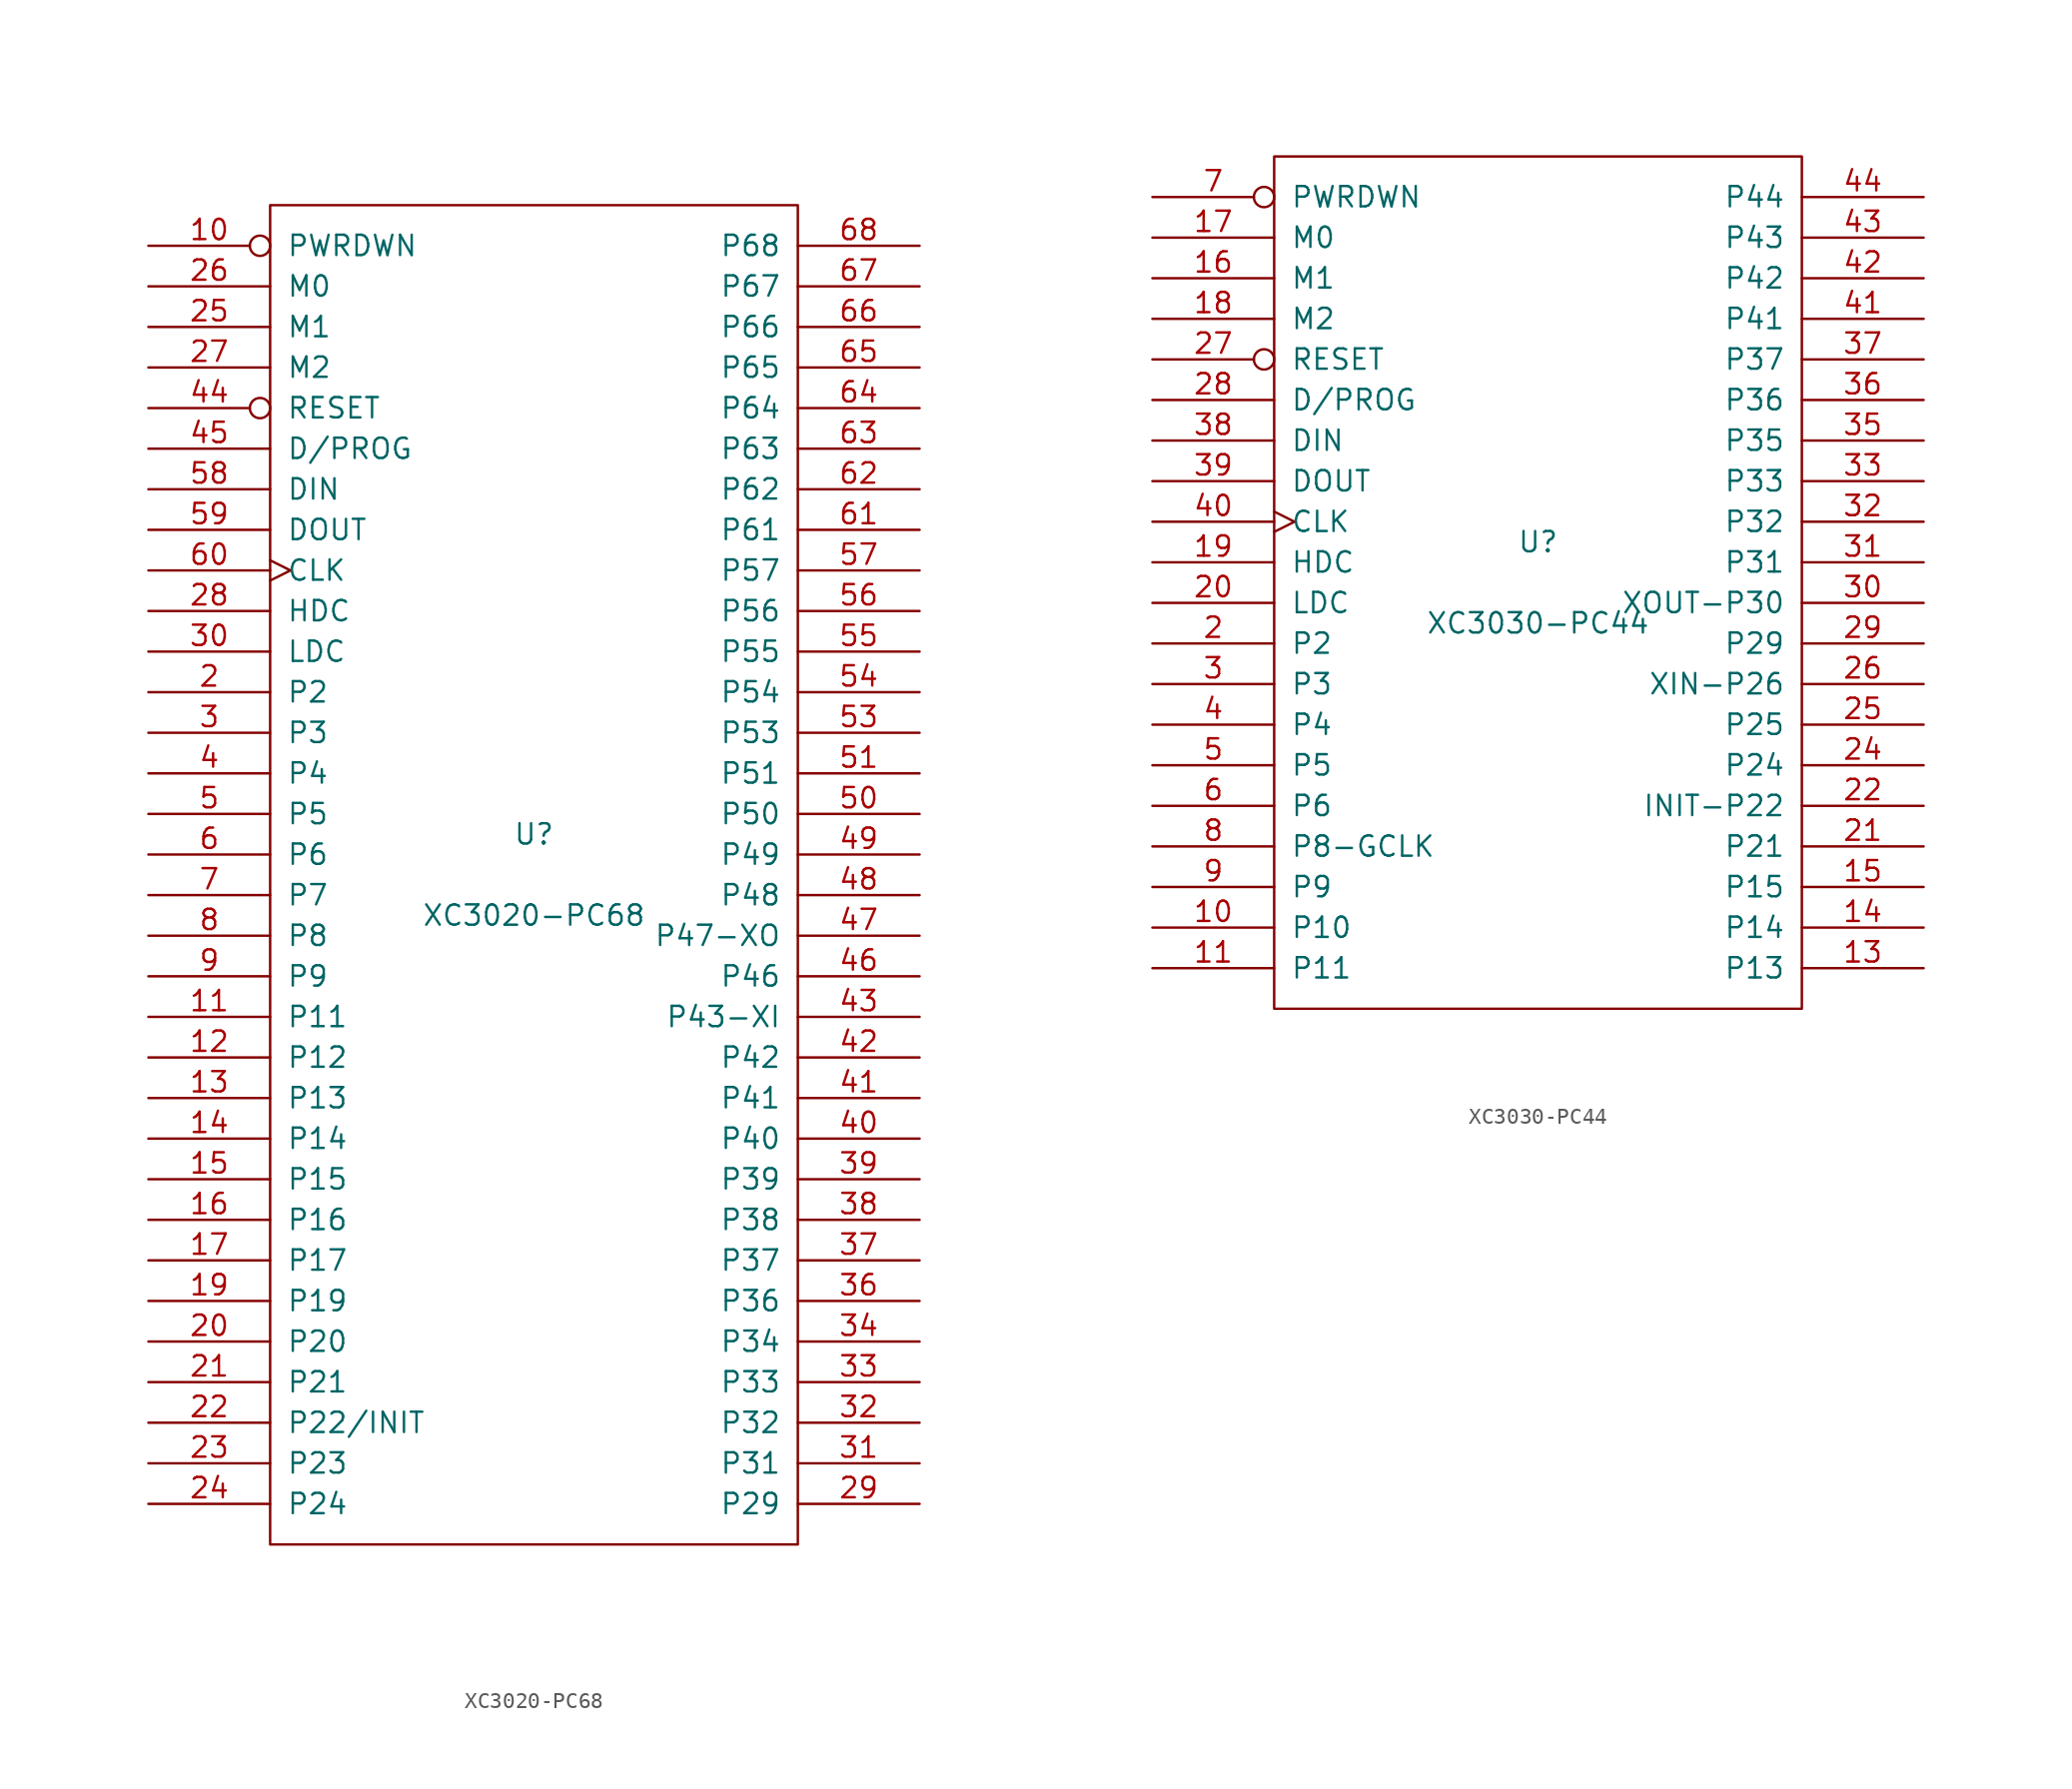
<source format=kicad_sym>
(kicad_symbol_lib
  (version 20211014)
  (generator kicad_symbol_editor)
  (symbol "XC3020-PC68"
    (pin_names
      (offset 1.016))
    (property "Reference" "U"
      (at 0 2.54 0)
      (effects (font (size 1.27 1.27))))
    (property "Value" "XC3020-PC68"
      (at 0 -2.54 0)
      (effects (font (size 1.27 1.27))))
    (symbol "XC3020-PC68_0_1"
      (rectangle (start -16.51 -41.91) (end 16.51 41.91) (stroke (width 0) (type default) (color 0 0 0 0)) (fill (type none))))
    (symbol "XC3020-PC68_1_1"
      (pin power_in line (at 1.27 -41.91 90) (length 0) hide (name "GND" (effects (font (size 1.27 1.27)))) (number "1" (effects (font (size 1.27 1.27)))))
      (pin input inverted (at -24.13 39.37 0) (length 7.62) (name "PWRDWN" (effects (font (size 1.27 1.27)))) (number "10" (effects (font (size 1.27 1.27)))))
      (pin passive line (at -24.13 -8.89 0) (length 7.62) (name "P11" (effects (font (size 1.27 1.27)))) (number "11" (effects (font (size 1.27 1.27)))))
      (pin passive line (at -24.13 -11.43 0) (length 7.62) (name "P12" (effects (font (size 1.27 1.27)))) (number "12" (effects (font (size 1.27 1.27)))))
      (pin passive line (at -24.13 -13.97 0) (length 7.62) (name "P13" (effects (font (size 1.27 1.27)))) (number "13" (effects (font (size 1.27 1.27)))))
      (pin passive line (at -24.13 -16.51 0) (length 7.62) (name "P14" (effects (font (size 1.27 1.27)))) (number "14" (effects (font (size 1.27 1.27)))))
      (pin passive line (at -24.13 -19.05 0) (length 7.62) (name "P15" (effects (font (size 1.27 1.27)))) (number "15" (effects (font (size 1.27 1.27)))))
      (pin passive line (at -24.13 -21.59 0) (length 7.62) (name "P16" (effects (font (size 1.27 1.27)))) (number "16" (effects (font (size 1.27 1.27)))))
      (pin passive line (at -24.13 -24.13 0) (length 7.62) (name "P17" (effects (font (size 1.27 1.27)))) (number "17" (effects (font (size 1.27 1.27)))))
      (pin power_in line (at 3.81 41.91 270) (length 0) hide (name "VCC" (effects (font (size 1.27 1.27)))) (number "18" (effects (font (size 1.27 1.27)))))
      (pin passive line (at -24.13 -26.67 0) (length 7.62) (name "P19" (effects (font (size 1.27 1.27)))) (number "19" (effects (font (size 1.27 1.27)))))
      (pin passive line (at -24.13 11.43 0) (length 7.62) (name "P2" (effects (font (size 1.27 1.27)))) (number "2" (effects (font (size 1.27 1.27)))))
      (pin passive line (at -24.13 -29.21 0) (length 7.62) (name "P20" (effects (font (size 1.27 1.27)))) (number "20" (effects (font (size 1.27 1.27)))))
      (pin passive line (at -24.13 -31.75 0) (length 7.62) (name "P21" (effects (font (size 1.27 1.27)))) (number "21" (effects (font (size 1.27 1.27)))))
      (pin passive line (at -24.13 -34.29 0) (length 7.62) (name "P22/INIT" (effects (font (size 1.27 1.27)))) (number "22" (effects (font (size 1.27 1.27)))))
      (pin passive line (at -24.13 -36.83 0) (length 7.62) (name "P23" (effects (font (size 1.27 1.27)))) (number "23" (effects (font (size 1.27 1.27)))))
      (pin passive line (at -24.13 -39.37 0) (length 7.62) (name "P24" (effects (font (size 1.27 1.27)))) (number "24" (effects (font (size 1.27 1.27)))))
      (pin input line (at -24.13 34.29 0) (length 7.62) (name "M1" (effects (font (size 1.27 1.27)))) (number "25" (effects (font (size 1.27 1.27)))))
      (pin input line (at -24.13 36.83 0) (length 7.62) (name "M0" (effects (font (size 1.27 1.27)))) (number "26" (effects (font (size 1.27 1.27)))))
      (pin bidirectional line (at -24.13 31.75 0) (length 7.62) (name "M2" (effects (font (size 1.27 1.27)))) (number "27" (effects (font (size 1.27 1.27)))))
      (pin output line (at -24.13 16.51 0) (length 7.62) (name "HDC" (effects (font (size 1.27 1.27)))) (number "28" (effects (font (size 1.27 1.27)))))
      (pin passive line (at 24.13 -39.37 180) (length 7.62) (name "P29" (effects (font (size 1.27 1.27)))) (number "29" (effects (font (size 1.27 1.27)))))
      (pin passive line (at -24.13 8.89 0) (length 7.62) (name "P3" (effects (font (size 1.27 1.27)))) (number "3" (effects (font (size 1.27 1.27)))))
      (pin output line (at -24.13 13.97 0) (length 7.62) (name "LDC" (effects (font (size 1.27 1.27)))) (number "30" (effects (font (size 1.27 1.27)))))
      (pin passive line (at 24.13 -36.83 180) (length 7.62) (name "P31" (effects (font (size 1.27 1.27)))) (number "31" (effects (font (size 1.27 1.27)))))
      (pin passive line (at 24.13 -34.29 180) (length 7.62) (name "P32" (effects (font (size 1.27 1.27)))) (number "32" (effects (font (size 1.27 1.27)))))
      (pin passive line (at 24.13 -31.75 180) (length 7.62) (name "P33" (effects (font (size 1.27 1.27)))) (number "33" (effects (font (size 1.27 1.27)))))
      (pin passive line (at 24.13 -29.21 180) (length 7.62) (name "P34" (effects (font (size 1.27 1.27)))) (number "34" (effects (font (size 1.27 1.27)))))
      (pin power_in line (at 3.81 -41.91 90) (length 0) hide (name "GND" (effects (font (size 1.27 1.27)))) (number "35" (effects (font (size 1.27 1.27)))))
      (pin passive line (at 24.13 -26.67 180) (length 7.62) (name "P36" (effects (font (size 1.27 1.27)))) (number "36" (effects (font (size 1.27 1.27)))))
      (pin passive line (at 24.13 -24.13 180) (length 7.62) (name "P37" (effects (font (size 1.27 1.27)))) (number "37" (effects (font (size 1.27 1.27)))))
      (pin passive line (at 24.13 -21.59 180) (length 7.62) (name "P38" (effects (font (size 1.27 1.27)))) (number "38" (effects (font (size 1.27 1.27)))))
      (pin passive line (at 24.13 -19.05 180) (length 7.62) (name "P39" (effects (font (size 1.27 1.27)))) (number "39" (effects (font (size 1.27 1.27)))))
      (pin passive line (at -24.13 6.35 0) (length 7.62) (name "P4" (effects (font (size 1.27 1.27)))) (number "4" (effects (font (size 1.27 1.27)))))
      (pin passive line (at 24.13 -16.51 180) (length 7.62) (name "P40" (effects (font (size 1.27 1.27)))) (number "40" (effects (font (size 1.27 1.27)))))
      (pin passive line (at 24.13 -13.97 180) (length 7.62) (name "P41" (effects (font (size 1.27 1.27)))) (number "41" (effects (font (size 1.27 1.27)))))
      (pin passive line (at 24.13 -11.43 180) (length 7.62) (name "P42" (effects (font (size 1.27 1.27)))) (number "42" (effects (font (size 1.27 1.27)))))
      (pin passive line (at 24.13 -8.89 180) (length 7.62) (name "P43-XI" (effects (font (size 1.27 1.27)))) (number "43" (effects (font (size 1.27 1.27)))))
      (pin input inverted (at -24.13 29.21 0) (length 7.62) (name "RESET" (effects (font (size 1.27 1.27)))) (number "44" (effects (font (size 1.27 1.27)))))
      (pin bidirectional line (at -24.13 26.67 0) (length 7.62) (name "D/PROG" (effects (font (size 1.27 1.27)))) (number "45" (effects (font (size 1.27 1.27)))))
      (pin passive line (at 24.13 -6.35 180) (length 7.62) (name "P46" (effects (font (size 1.27 1.27)))) (number "46" (effects (font (size 1.27 1.27)))))
      (pin passive line (at 24.13 -3.81 180) (length 7.62) (name "P47-XO" (effects (font (size 1.27 1.27)))) (number "47" (effects (font (size 1.27 1.27)))))
      (pin passive line (at 24.13 -1.27 180) (length 7.62) (name "P48" (effects (font (size 1.27 1.27)))) (number "48" (effects (font (size 1.27 1.27)))))
      (pin passive line (at 24.13 1.27 180) (length 7.62) (name "P49" (effects (font (size 1.27 1.27)))) (number "49" (effects (font (size 1.27 1.27)))))
      (pin passive line (at -24.13 3.81 0) (length 7.62) (name "P5" (effects (font (size 1.27 1.27)))) (number "5" (effects (font (size 1.27 1.27)))))
      (pin passive line (at 24.13 3.81 180) (length 7.62) (name "P50" (effects (font (size 1.27 1.27)))) (number "50" (effects (font (size 1.27 1.27)))))
      (pin passive line (at 24.13 6.35 180) (length 7.62) (name "P51" (effects (font (size 1.27 1.27)))) (number "51" (effects (font (size 1.27 1.27)))))
      (pin power_in line (at 1.27 41.91 270) (length 0) hide (name "VCC" (effects (font (size 1.27 1.27)))) (number "52" (effects (font (size 1.27 1.27)))))
      (pin passive line (at 24.13 8.89 180) (length 7.62) (name "P53" (effects (font (size 1.27 1.27)))) (number "53" (effects (font (size 1.27 1.27)))))
      (pin passive line (at 24.13 11.43 180) (length 7.62) (name "P54" (effects (font (size 1.27 1.27)))) (number "54" (effects (font (size 1.27 1.27)))))
      (pin passive line (at 24.13 13.97 180) (length 7.62) (name "P55" (effects (font (size 1.27 1.27)))) (number "55" (effects (font (size 1.27 1.27)))))
      (pin passive line (at 24.13 16.51 180) (length 7.62) (name "P56" (effects (font (size 1.27 1.27)))) (number "56" (effects (font (size 1.27 1.27)))))
      (pin passive line (at 24.13 19.05 180) (length 7.62) (name "P57" (effects (font (size 1.27 1.27)))) (number "57" (effects (font (size 1.27 1.27)))))
      (pin bidirectional line (at -24.13 24.13 0) (length 7.62) (name "DIN" (effects (font (size 1.27 1.27)))) (number "58" (effects (font (size 1.27 1.27)))))
      (pin bidirectional line (at -24.13 21.59 0) (length 7.62) (name "DOUT" (effects (font (size 1.27 1.27)))) (number "59" (effects (font (size 1.27 1.27)))))
      (pin passive line (at -24.13 1.27 0) (length 7.62) (name "P6" (effects (font (size 1.27 1.27)))) (number "6" (effects (font (size 1.27 1.27)))))
      (pin input clock (at -24.13 19.05 0) (length 7.62) (name "CLK" (effects (font (size 1.27 1.27)))) (number "60" (effects (font (size 1.27 1.27)))))
      (pin passive line (at 24.13 21.59 180) (length 7.62) (name "P61" (effects (font (size 1.27 1.27)))) (number "61" (effects (font (size 1.27 1.27)))))
      (pin passive line (at 24.13 24.13 180) (length 7.62) (name "P62" (effects (font (size 1.27 1.27)))) (number "62" (effects (font (size 1.27 1.27)))))
      (pin passive line (at 24.13 26.67 180) (length 7.62) (name "P63" (effects (font (size 1.27 1.27)))) (number "63" (effects (font (size 1.27 1.27)))))
      (pin passive line (at 24.13 29.21 180) (length 7.62) (name "P64" (effects (font (size 1.27 1.27)))) (number "64" (effects (font (size 1.27 1.27)))))
      (pin passive line (at 24.13 31.75 180) (length 7.62) (name "P65" (effects (font (size 1.27 1.27)))) (number "65" (effects (font (size 1.27 1.27)))))
      (pin passive line (at 24.13 34.29 180) (length 7.62) (name "P66" (effects (font (size 1.27 1.27)))) (number "66" (effects (font (size 1.27 1.27)))))
      (pin passive line (at 24.13 36.83 180) (length 7.62) (name "P67" (effects (font (size 1.27 1.27)))) (number "67" (effects (font (size 1.27 1.27)))))
      (pin passive line (at 24.13 39.37 180) (length 7.62) (name "P68" (effects (font (size 1.27 1.27)))) (number "68" (effects (font (size 1.27 1.27)))))
      (pin passive line (at -24.13 -1.27 0) (length 7.62) (name "P7" (effects (font (size 1.27 1.27)))) (number "7" (effects (font (size 1.27 1.27)))))
      (pin passive line (at -24.13 -3.81 0) (length 7.62) (name "P8" (effects (font (size 1.27 1.27)))) (number "8" (effects (font (size 1.27 1.27)))))
      (pin passive line (at -24.13 -6.35 0) (length 7.62) (name "P9" (effects (font (size 1.27 1.27)))) (number "9" (effects (font (size 1.27 1.27)))))))
  (symbol "XC3030-PC44"
    (pin_names
      (offset 1.016))
    (property "Reference" "U"
      (at 0 2.54 0)
      (effects (font (size 1.27 1.27))))
    (property "Value" "XC3030-PC44"
      (at 0 -2.54 0)
      (effects (font (size 1.27 1.27))))
    (symbol "XC3030-PC44_0_1"
      (rectangle (start -16.51 -26.67) (end 16.51 26.67) (stroke (width 0) (type default) (color 0 0 0 0)) (fill (type none))))
    (symbol "XC3030-PC44_1_1"
      (pin power_in line (at 1.27 -26.67 90) (length 0) hide (name "GND" (effects (font (size 1.27 1.27)))) (number "1" (effects (font (size 1.27 1.27)))))
      (pin passive line (at -24.13 -21.59 0) (length 7.62) (name "P10" (effects (font (size 1.27 1.27)))) (number "10" (effects (font (size 1.27 1.27)))))
      (pin passive line (at -24.13 -24.13 0) (length 7.62) (name "P11" (effects (font (size 1.27 1.27)))) (number "11" (effects (font (size 1.27 1.27)))))
      (pin power_in line (at -1.27 26.67 270) (length 0) hide (name "VCC" (effects (font (size 1.27 1.27)))) (number "12" (effects (font (size 1.27 1.27)))))
      (pin passive line (at 24.13 -24.13 180) (length 7.62) (name "P13" (effects (font (size 1.27 1.27)))) (number "13" (effects (font (size 1.27 1.27)))))
      (pin bidirectional line (at 24.13 -21.59 180) (length 7.62) (name "P14" (effects (font (size 1.27 1.27)))) (number "14" (effects (font (size 1.27 1.27)))))
      (pin passive line (at 24.13 -19.05 180) (length 7.62) (name "P15" (effects (font (size 1.27 1.27)))) (number "15" (effects (font (size 1.27 1.27)))))
      (pin input line (at -24.13 19.05 0) (length 7.62) (name "M1" (effects (font (size 1.27 1.27)))) (number "16" (effects (font (size 1.27 1.27)))))
      (pin input line (at -24.13 21.59 0) (length 7.62) (name "M0" (effects (font (size 1.27 1.27)))) (number "17" (effects (font (size 1.27 1.27)))))
      (pin bidirectional line (at -24.13 16.51 0) (length 7.62) (name "M2" (effects (font (size 1.27 1.27)))) (number "18" (effects (font (size 1.27 1.27)))))
      (pin output line (at -24.13 1.27 0) (length 7.62) (name "HDC" (effects (font (size 1.27 1.27)))) (number "19" (effects (font (size 1.27 1.27)))))
      (pin passive line (at -24.13 -3.81 0) (length 7.62) (name "P2" (effects (font (size 1.27 1.27)))) (number "2" (effects (font (size 1.27 1.27)))))
      (pin output line (at -24.13 -1.27 0) (length 7.62) (name "LDC" (effects (font (size 1.27 1.27)))) (number "20" (effects (font (size 1.27 1.27)))))
      (pin passive line (at 24.13 -16.51 180) (length 7.62) (name "P21" (effects (font (size 1.27 1.27)))) (number "21" (effects (font (size 1.27 1.27)))))
      (pin passive line (at 24.13 -13.97 180) (length 7.62) (name "INIT-P22" (effects (font (size 1.27 1.27)))) (number "22" (effects (font (size 1.27 1.27)))))
      (pin power_in line (at 3.81 -26.67 90) (length 0) hide (name "GND" (effects (font (size 1.27 1.27)))) (number "23" (effects (font (size 1.27 1.27)))))
      (pin passive line (at 24.13 -11.43 180) (length 7.62) (name "P24" (effects (font (size 1.27 1.27)))) (number "24" (effects (font (size 1.27 1.27)))))
      (pin passive line (at 24.13 -8.89 180) (length 7.62) (name "P25" (effects (font (size 1.27 1.27)))) (number "25" (effects (font (size 1.27 1.27)))))
      (pin passive line (at 24.13 -6.35 180) (length 7.62) (name "XIN-P26" (effects (font (size 1.27 1.27)))) (number "26" (effects (font (size 1.27 1.27)))))
      (pin input inverted (at -24.13 13.97 0) (length 7.62) (name "RESET" (effects (font (size 1.27 1.27)))) (number "27" (effects (font (size 1.27 1.27)))))
      (pin bidirectional line (at -24.13 11.43 0) (length 7.62) (name "D/PROG" (effects (font (size 1.27 1.27)))) (number "28" (effects (font (size 1.27 1.27)))))
      (pin passive line (at 24.13 -3.81 180) (length 7.62) (name "P29" (effects (font (size 1.27 1.27)))) (number "29" (effects (font (size 1.27 1.27)))))
      (pin passive line (at -24.13 -6.35 0) (length 7.62) (name "P3" (effects (font (size 1.27 1.27)))) (number "3" (effects (font (size 1.27 1.27)))))
      (pin passive line (at 24.13 -1.27 180) (length 7.62) (name "XOUT-P30" (effects (font (size 1.27 1.27)))) (number "30" (effects (font (size 1.27 1.27)))))
      (pin passive line (at 24.13 1.27 180) (length 7.62) (name "P31" (effects (font (size 1.27 1.27)))) (number "31" (effects (font (size 1.27 1.27)))))
      (pin passive line (at 24.13 3.81 180) (length 7.62) (name "P32" (effects (font (size 1.27 1.27)))) (number "32" (effects (font (size 1.27 1.27)))))
      (pin passive line (at 24.13 6.35 180) (length 7.62) (name "P33" (effects (font (size 1.27 1.27)))) (number "33" (effects (font (size 1.27 1.27)))))
      (pin power_in line (at 1.27 26.67 270) (length 0) hide (name "VCC" (effects (font (size 1.27 1.27)))) (number "34" (effects (font (size 1.27 1.27)))))
      (pin passive line (at 24.13 8.89 180) (length 7.62) (name "P35" (effects (font (size 1.27 1.27)))) (number "35" (effects (font (size 1.27 1.27)))))
      (pin passive line (at 24.13 11.43 180) (length 7.62) (name "P36" (effects (font (size 1.27 1.27)))) (number "36" (effects (font (size 1.27 1.27)))))
      (pin passive line (at 24.13 13.97 180) (length 7.62) (name "P37" (effects (font (size 1.27 1.27)))) (number "37" (effects (font (size 1.27 1.27)))))
      (pin bidirectional line (at -24.13 8.89 0) (length 7.62) (name "DIN" (effects (font (size 1.27 1.27)))) (number "38" (effects (font (size 1.27 1.27)))))
      (pin bidirectional line (at -24.13 6.35 0) (length 7.62) (name "DOUT" (effects (font (size 1.27 1.27)))) (number "39" (effects (font (size 1.27 1.27)))))
      (pin passive line (at -24.13 -8.89 0) (length 7.62) (name "P4" (effects (font (size 1.27 1.27)))) (number "4" (effects (font (size 1.27 1.27)))))
      (pin input clock (at -24.13 3.81 0) (length 7.62) (name "CLK" (effects (font (size 1.27 1.27)))) (number "40" (effects (font (size 1.27 1.27)))))
      (pin passive line (at 24.13 16.51 180) (length 7.62) (name "P41" (effects (font (size 1.27 1.27)))) (number "41" (effects (font (size 1.27 1.27)))))
      (pin passive line (at 24.13 19.05 180) (length 7.62) (name "P42" (effects (font (size 1.27 1.27)))) (number "42" (effects (font (size 1.27 1.27)))))
      (pin passive line (at 24.13 21.59 180) (length 7.62) (name "P43" (effects (font (size 1.27 1.27)))) (number "43" (effects (font (size 1.27 1.27)))))
      (pin passive line (at 24.13 24.13 180) (length 7.62) (name "P44" (effects (font (size 1.27 1.27)))) (number "44" (effects (font (size 1.27 1.27)))))
      (pin passive line (at -24.13 -11.43 0) (length 7.62) (name "P5" (effects (font (size 1.27 1.27)))) (number "5" (effects (font (size 1.27 1.27)))))
      (pin passive line (at -24.13 -13.97 0) (length 7.62) (name "P6" (effects (font (size 1.27 1.27)))) (number "6" (effects (font (size 1.27 1.27)))))
      (pin input inverted (at -24.13 24.13 0) (length 7.62) (name "PWRDWN" (effects (font (size 1.27 1.27)))) (number "7" (effects (font (size 1.27 1.27)))))
      (pin passive line (at -24.13 -16.51 0) (length 7.62) (name "P8-GCLK" (effects (font (size 1.27 1.27)))) (number "8" (effects (font (size 1.27 1.27)))))
      (pin bidirectional line (at -24.13 -19.05 0) (length 7.62) (name "P9" (effects (font (size 1.27 1.27)))) (number "9" (effects (font (size 1.27 1.27))))))))
</source>
